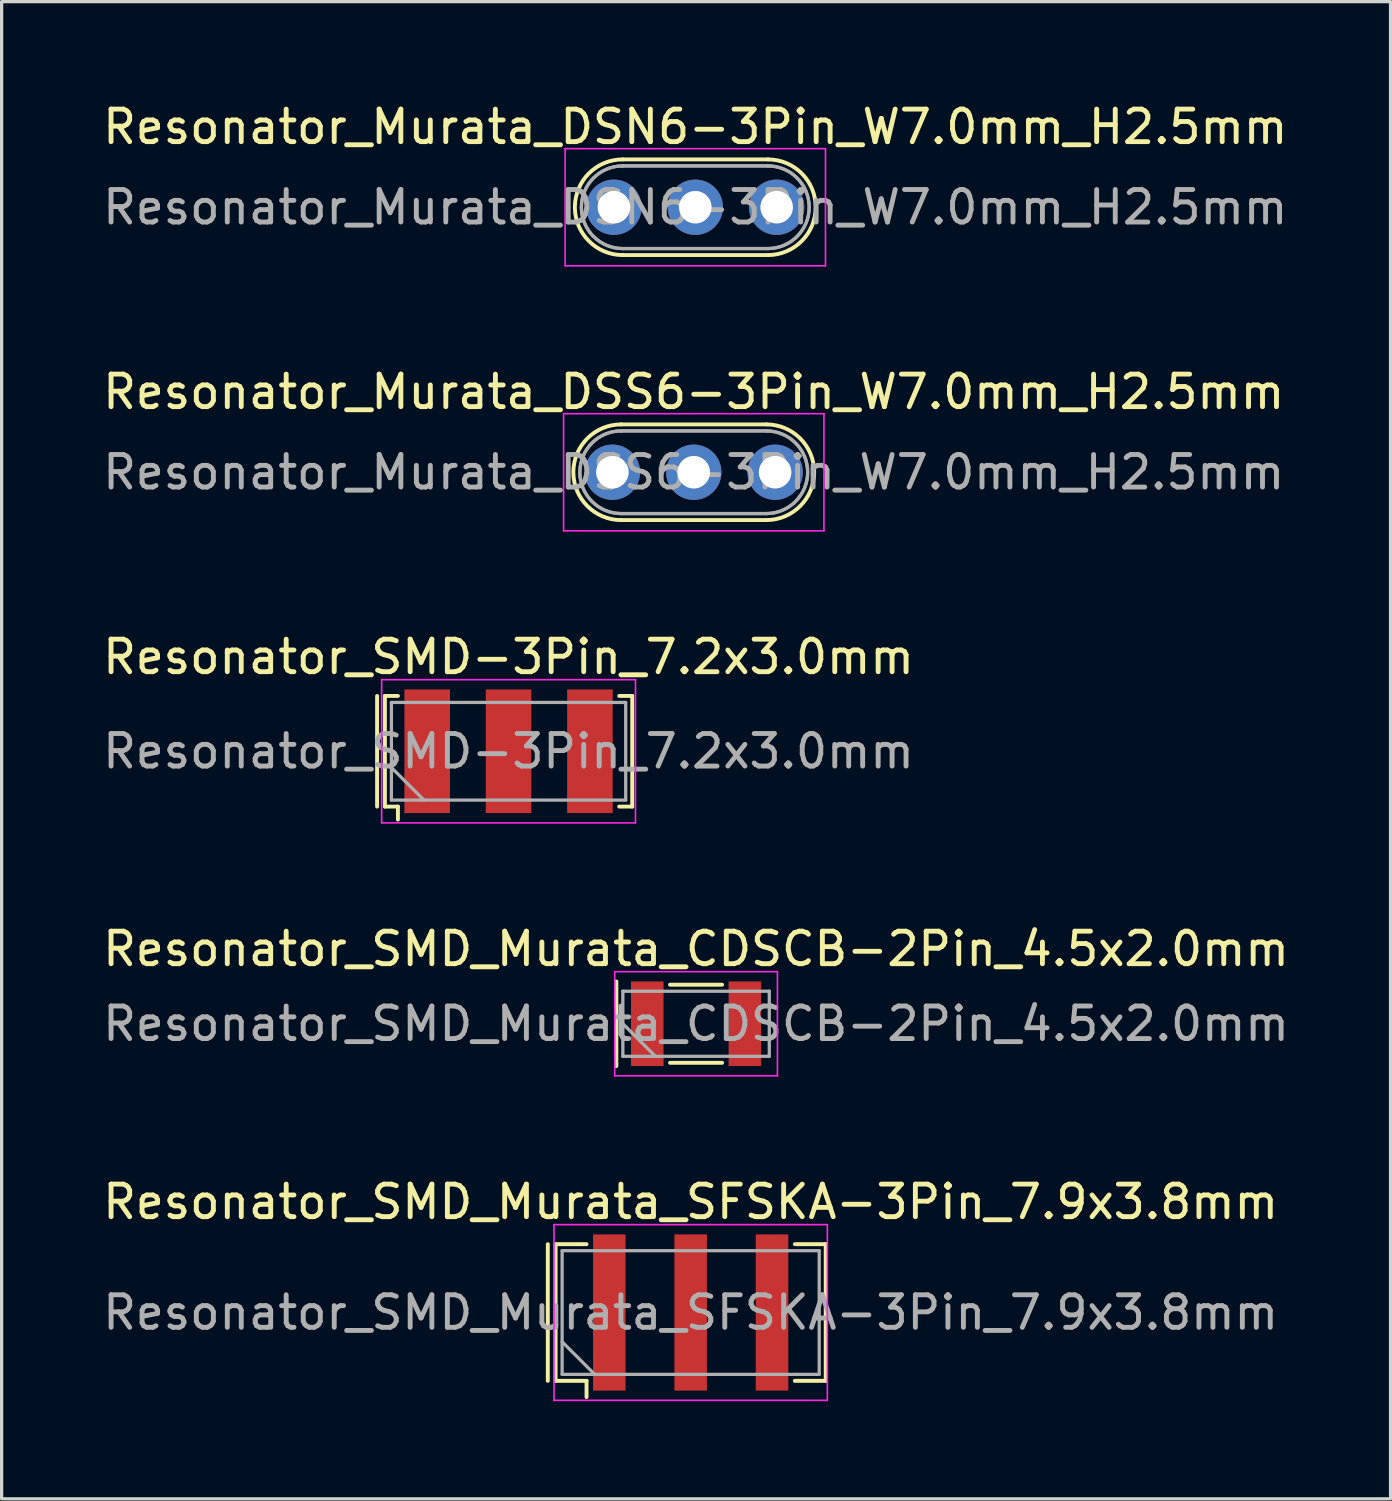
<source format=kicad_pcb>
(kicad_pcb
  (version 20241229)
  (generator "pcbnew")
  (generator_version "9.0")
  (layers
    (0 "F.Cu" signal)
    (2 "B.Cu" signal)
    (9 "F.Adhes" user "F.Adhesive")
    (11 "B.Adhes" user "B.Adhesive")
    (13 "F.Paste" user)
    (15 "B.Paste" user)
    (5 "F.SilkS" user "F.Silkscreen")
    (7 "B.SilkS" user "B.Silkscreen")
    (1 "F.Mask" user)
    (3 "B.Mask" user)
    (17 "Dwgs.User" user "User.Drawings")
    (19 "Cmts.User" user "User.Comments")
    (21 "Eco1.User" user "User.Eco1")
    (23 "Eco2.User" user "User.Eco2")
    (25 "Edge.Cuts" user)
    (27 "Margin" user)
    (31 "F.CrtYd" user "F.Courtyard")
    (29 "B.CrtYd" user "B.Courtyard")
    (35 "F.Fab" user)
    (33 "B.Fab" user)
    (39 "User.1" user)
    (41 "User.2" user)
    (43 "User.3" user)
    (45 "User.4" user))
  (footprint "Resonator_SMD_Murata_CDSCB-2Pin_4.5x2.0mm"
    (layer "F.Cu")
    (at 18.339 28.408)
    (property "Reference" "Resonator_SMD_Murata_CDSCB-2Pin_4.5x2.0mm" (at 0 -2.3 0) (layer "F.SilkS") (effects (font (size 1 1) (thickness 0.15))))
    (attr smd)
    (fp_line (start -2.45 -1.3) (end -2.45 1.3) (stroke (width 0.12) (type solid)) (layer "F.SilkS"))
    (fp_line (start -0.8 -1.2) (end 0.8 -1.2) (stroke (width 0.12) (type solid)) (layer "F.SilkS"))
    (fp_line (start -0.8 1.2) (end 0.8 1.2) (stroke (width 0.12) (type solid)) (layer "F.SilkS"))
    (fp_line (start -2.5 -1.6) (end -2.5 1.6) (stroke (width 0.05) (type solid)) (layer "F.CrtYd"))
    (fp_line (start -2.5 1.6) (end 2.5 1.6) (stroke (width 0.05) (type solid)) (layer "F.CrtYd"))
    (fp_line (start 2.5 -1.6) (end -2.5 -1.6) (stroke (width 0.05) (type solid)) (layer "F.CrtYd"))
    (fp_line (start 2.5 1.6) (end 2.5 -1.6) (stroke (width 0.05) (type solid)) (layer "F.CrtYd"))
    (fp_line (start -2.25 -1) (end -2.25 1) (stroke (width 0.1) (type solid)) (layer "F.Fab"))
    (fp_line (start -2.25 0) (end -1.25 1) (stroke (width 0.1) (type solid)) (layer "F.Fab"))
    (fp_line (start -2.25 1) (end 2.25 1) (stroke (width 0.1) (type solid)) (layer "F.Fab"))
    (fp_line (start 2.25 -1) (end -2.25 -1) (stroke (width 0.1) (type solid)) (layer "F.Fab"))
    (fp_line (start 2.25 1) (end 2.25 -1) (stroke (width 0.1) (type solid)) (layer "F.Fab"))
    (fp_text user "${REFERENCE}" (at 0 0 0) (layer "F.Fab") (effects (font (size 1 1) (thickness 0.15))))
    (pad "1" smd rect (at -1.5 0) (size 1 2.6) (layers "F.Cu" "F.Mask" "F.Paste"))
    (pad "2" smd rect (at 1.5 0) (size 1 2.6) (layers "F.Cu" "F.Mask" "F.Paste")))
  (footprint "Resonator_SMD-3Pin_7.2x3.0mm"
    (layer "F.Cu")
    (at 12.577 20.035)
    (property "Reference" "Resonator_SMD-3Pin_7.2x3.0mm" (at 0 -2.9 0) (layer "F.SilkS") (effects (font (size 1 1) (thickness 0.15))))
    (attr smd)
    (fp_line (start -4.04 -1.7) (end -4.04 1.7) (stroke (width 0.12) (type solid)) (layer "F.SilkS"))
    (fp_line (start -3.8 -1.7) (end -3.4 -1.7) (stroke (width 0.12) (type solid)) (layer "F.SilkS"))
    (fp_line (start -3.8 1.7) (end -3.8 -1.7) (stroke (width 0.12) (type solid)) (layer "F.SilkS"))
    (fp_line (start -3.4 1.7) (end -3.8 1.7) (stroke (width 0.12) (type solid)) (layer "F.SilkS"))
    (fp_line (start -3.4 2.1) (end -3.4 1.7) (stroke (width 0.12) (type solid)) (layer "F.SilkS"))
    (fp_line (start 3.4 -1.7) (end 3.8 -1.7) (stroke (width 0.12) (type solid)) (layer "F.SilkS"))
    (fp_line (start 3.8 -1.7) (end 3.8 1.7) (stroke (width 0.12) (type solid)) (layer "F.SilkS"))
    (fp_line (start 3.8 1.7) (end 3.4 1.7) (stroke (width 0.12) (type solid)) (layer "F.SilkS"))
    (fp_line (start -3.9 -2.2) (end -3.9 2.2) (stroke (width 0.05) (type solid)) (layer "F.CrtYd"))
    (fp_line (start -3.9 2.2) (end 3.9 2.2) (stroke (width 0.05) (type solid)) (layer "F.CrtYd"))
    (fp_line (start 3.9 -2.2) (end -3.9 -2.2) (stroke (width 0.05) (type solid)) (layer "F.CrtYd"))
    (fp_line (start 3.9 2.2) (end 3.9 -2.2) (stroke (width 0.05) (type solid)) (layer "F.CrtYd"))
    (fp_line (start -3.6 -1.5) (end -3.6 1.5) (stroke (width 0.1) (type solid)) (layer "F.Fab"))
    (fp_line (start -3.6 0.5) (end -2.6 1.5) (stroke (width 0.1) (type solid)) (layer "F.Fab"))
    (fp_line (start -3.6 1.5) (end 3.6 1.5) (stroke (width 0.1) (type solid)) (layer "F.Fab"))
    (fp_line (start 3.6 -1.5) (end -3.6 -1.5) (stroke (width 0.1) (type solid)) (layer "F.Fab"))
    (fp_line (start 3.6 1.5) (end 3.6 -1.5) (stroke (width 0.1) (type solid)) (layer "F.Fab"))
    (fp_text user "${REFERENCE}" (at 0 0 0) (layer "F.Fab") (effects (font (size 1 1) (thickness 0.15))))
    (pad "1" smd rect (at -2.5 0) (size 1.4 3.8) (layers "F.Cu" "F.Mask" "F.Paste"))
    (pad "2" smd rect (at 0 0) (size 1.4 3.8) (layers "F.Cu" "F.Mask" "F.Paste"))
    (pad "3" smd rect (at 2.5 0) (size 1.4 3.8) (layers "F.Cu" "F.Mask" "F.Paste")))
  (footprint "Resonator_SMD_Murata_SFSKA-3Pin_7.9x3.8mm"
    (layer "F.Cu")
    (at 18.173 37.281)
    (property "Reference" "Resonator_SMD_Murata_SFSKA-3Pin_7.9x3.8mm" (at 0 -3.4 0) (layer "F.SilkS") (effects (font (size 1 1) (thickness 0.15))))
    (attr smd)
    (fp_line (start -4.39 -2.1) (end -4.39 2.1) (stroke (width 0.12) (type solid)) (layer "F.SilkS"))
    (fp_line (start -4.15 -2.1) (end -3.2 -2.1) (stroke (width 0.12) (type solid)) (layer "F.SilkS"))
    (fp_line (start -4.15 2.1) (end -4.15 -2.1) (stroke (width 0.12) (type solid)) (layer "F.SilkS"))
    (fp_line (start -3.2 2.1) (end -4.15 2.1) (stroke (width 0.12) (type solid)) (layer "F.SilkS"))
    (fp_line (start -3.2 2.6) (end -3.2 2.1) (stroke (width 0.12) (type solid)) (layer "F.SilkS"))
    (fp_line (start 3.2 -2.1) (end 4.15 -2.1) (stroke (width 0.12) (type solid)) (layer "F.SilkS"))
    (fp_line (start 4.15 -2.1) (end 4.15 2.1) (stroke (width 0.12) (type solid)) (layer "F.SilkS"))
    (fp_line (start 4.15 2.1) (end 3.2 2.1) (stroke (width 0.12) (type solid)) (layer "F.SilkS"))
    (fp_line (start -4.2 -2.7) (end -4.2 2.7) (stroke (width 0.05) (type solid)) (layer "F.CrtYd"))
    (fp_line (start -4.2 2.7) (end 4.2 2.7) (stroke (width 0.05) (type solid)) (layer "F.CrtYd"))
    (fp_line (start 4.2 -2.7) (end -4.2 -2.7) (stroke (width 0.05) (type solid)) (layer "F.CrtYd"))
    (fp_line (start 4.2 2.7) (end 4.2 -2.7) (stroke (width 0.05) (type solid)) (layer "F.CrtYd"))
    (fp_line (start -3.95 -1.9) (end -3.95 1.9) (stroke (width 0.1) (type solid)) (layer "F.Fab"))
    (fp_line (start -3.95 0.9) (end -2.95 1.9) (stroke (width 0.1) (type solid)) (layer "F.Fab"))
    (fp_line (start -3.95 1.9) (end 3.95 1.9) (stroke (width 0.1) (type solid)) (layer "F.Fab"))
    (fp_line (start 3.95 -1.9) (end -3.95 -1.9) (stroke (width 0.1) (type solid)) (layer "F.Fab"))
    (fp_line (start 3.95 1.9) (end 3.95 -1.9) (stroke (width 0.1) (type solid)) (layer "F.Fab"))
    (fp_text user "${REFERENCE}" (at 0 0 0) (layer "F.Fab") (effects (font (size 1 1) (thickness 0.15))))
    (pad "1" smd rect (at -2.5 0) (size 1 4.8) (layers "F.Cu" "F.Mask" "F.Paste"))
    (pad "2" smd rect (at 0 0) (size 1 4.8) (layers "F.Cu" "F.Mask" "F.Paste"))
    (pad "3" smd rect (at 2.5 0) (size 1 4.8) (layers "F.Cu" "F.Mask" "F.Paste")))
  (footprint "Resonator_Murata_DSN6-3Pin_W7.0mm_H2.5mm"
    (layer "F.Cu")
    (at 15.815 3.318)
    (property "Reference" "Resonator_Murata_DSN6-3Pin_W7.0mm_H2.5mm" (at 2.5 -2.47 0) (layer "F.SilkS") (effects (font (size 1 1) (thickness 0.15))))
    (attr through_hole)
    (fp_line (start 0.27 -1.47) (end 4.73 -1.47) (stroke (width 0.12) (type solid)) (layer "F.SilkS"))
    (fp_line (start 0.27 1.47) (end 4.73 1.47) (stroke (width 0.12) (type solid)) (layer "F.SilkS"))
    (fp_arc (start 0.27 1.47) (mid -1.2 0) (end 0.27 -1.47) (stroke (width 0.12) (type solid)) (layer "F.SilkS"))
    (fp_arc (start 4.73 -1.47) (mid 6.2 0) (end 4.73 1.47) (stroke (width 0.12) (type solid)) (layer "F.SilkS"))
    (fp_line (start -1.5 -1.8) (end -1.5 1.8) (stroke (width 0.05) (type solid)) (layer "F.CrtYd"))
    (fp_line (start -1.5 1.8) (end 6.5 1.8) (stroke (width 0.05) (type solid)) (layer "F.CrtYd"))
    (fp_line (start 6.5 -1.8) (end -1.5 -1.8) (stroke (width 0.05) (type solid)) (layer "F.CrtYd"))
    (fp_line (start 6.5 1.8) (end 6.5 -1.8) (stroke (width 0.05) (type solid)) (layer "F.CrtYd"))
    (fp_line (start 0.27 -1.27) (end 4.73 -1.27) (stroke (width 0.1) (type solid)) (layer "F.Fab"))
    (fp_line (start 0.27 -1.27) (end 4.73 -1.27) (stroke (width 0.1) (type solid)) (layer "F.Fab"))
    (fp_line (start 0.27 1.27) (end 4.73 1.27) (stroke (width 0.1) (type solid)) (layer "F.Fab"))
    (fp_line (start 0.27 1.27) (end 4.73 1.27) (stroke (width 0.1) (type solid)) (layer "F.Fab"))
    (fp_arc (start 0.27 1.27) (mid -1 0) (end 0.27 -1.27) (stroke (width 0.1) (type solid)) (layer "F.Fab"))
    (fp_arc (start 0.27 1.27) (mid -1 0) (end 0.27 -1.27) (stroke (width 0.1) (type solid)) (layer "F.Fab"))
    (fp_arc (start 4.73 -1.27) (mid 6 0) (end 4.73 1.27) (stroke (width 0.1) (type solid)) (layer "F.Fab"))
    (fp_arc (start 4.73 -1.27) (mid 6 0) (end 4.73 1.27) (stroke (width 0.1) (type solid)) (layer "F.Fab"))
    (fp_text user "${REFERENCE}" (at 2.5 0 0) (layer "F.Fab") (effects (font (size 1 1) (thickness 0.15))))
    (pad "1" thru_hole circle (at 0 0) (size 1.7 1.7) (drill 1) (layers "*.Cu" "*.Mask"))
    (pad "2" thru_hole circle (at 2.5 0) (size 1.7 1.7) (drill 1) (layers "*.Cu" "*.Mask"))
    (pad "3" thru_hole circle (at 5 0) (size 1.7 1.7) (drill 1) (layers "*.Cu" "*.Mask")))
  (footprint "Resonator_Murata_DSS6-3Pin_W7.0mm_H2.5mm"
    (layer "F.Cu")
    (at 15.768 11.461)
    (property "Reference" "Resonator_Murata_DSS6-3Pin_W7.0mm_H2.5mm" (at 2.5 -2.47 0) (layer "F.SilkS") (effects (font (size 1 1) (thickness 0.15))))
    (attr through_hole)
    (fp_line (start 0.27 -1.47) (end 4.73 -1.47) (stroke (width 0.12) (type solid)) (layer "F.SilkS"))
    (fp_line (start 0.27 1.47) (end 4.73 1.47) (stroke (width 0.12) (type solid)) (layer "F.SilkS"))
    (fp_arc (start 0.27 1.47) (mid -1.2 0) (end 0.27 -1.47) (stroke (width 0.12) (type solid)) (layer "F.SilkS"))
    (fp_arc (start 4.73 -1.47) (mid 6.2 0) (end 4.73 1.47) (stroke (width 0.12) (type solid)) (layer "F.SilkS"))
    (fp_line (start -1.5 -1.8) (end -1.5 1.8) (stroke (width 0.05) (type solid)) (layer "F.CrtYd"))
    (fp_line (start -1.5 1.8) (end 6.5 1.8) (stroke (width 0.05) (type solid)) (layer "F.CrtYd"))
    (fp_line (start 6.5 -1.8) (end -1.5 -1.8) (stroke (width 0.05) (type solid)) (layer "F.CrtYd"))
    (fp_line (start 6.5 1.8) (end 6.5 -1.8) (stroke (width 0.05) (type solid)) (layer "F.CrtYd"))
    (fp_line (start 0.27 -1.27) (end 4.73 -1.27) (stroke (width 0.1) (type solid)) (layer "F.Fab"))
    (fp_line (start 0.27 -1.27) (end 4.73 -1.27) (stroke (width 0.1) (type solid)) (layer "F.Fab"))
    (fp_line (start 0.27 1.27) (end 4.73 1.27) (stroke (width 0.1) (type solid)) (layer "F.Fab"))
    (fp_line (start 0.27 1.27) (end 4.73 1.27) (stroke (width 0.1) (type solid)) (layer "F.Fab"))
    (fp_arc (start 0.27 1.27) (mid -1 0) (end 0.27 -1.27) (stroke (width 0.1) (type solid)) (layer "F.Fab"))
    (fp_arc (start 0.27 1.27) (mid -1 0) (end 0.27 -1.27) (stroke (width 0.1) (type solid)) (layer "F.Fab"))
    (fp_arc (start 4.73 -1.27) (mid 6 0) (end 4.73 1.27) (stroke (width 0.1) (type solid)) (layer "F.Fab"))
    (fp_arc (start 4.73 -1.27) (mid 6 0) (end 4.73 1.27) (stroke (width 0.1) (type solid)) (layer "F.Fab"))
    (fp_text user "${REFERENCE}" (at 2.5 0 0) (layer "F.Fab") (effects (font (size 1 1) (thickness 0.15))))
    (pad "1" thru_hole circle (at 0 0) (size 1.7 1.7) (drill 1) (layers "*.Cu" "*.Mask"))
    (pad "2" thru_hole circle (at 2.5 0) (size 1.7 1.7) (drill 1) (layers "*.Cu" "*.Mask"))
    (pad "3" thru_hole circle (at 5 0) (size 1.7 1.7) (drill 1) (layers "*.Cu" "*.Mask")))
  (gr_rect
    (start -3 -3)
    (end 39.679 43.006)
    (stroke (width 0.1) (type default))
    (fill no)
    (layer "Edge.Cuts")))
</source>
